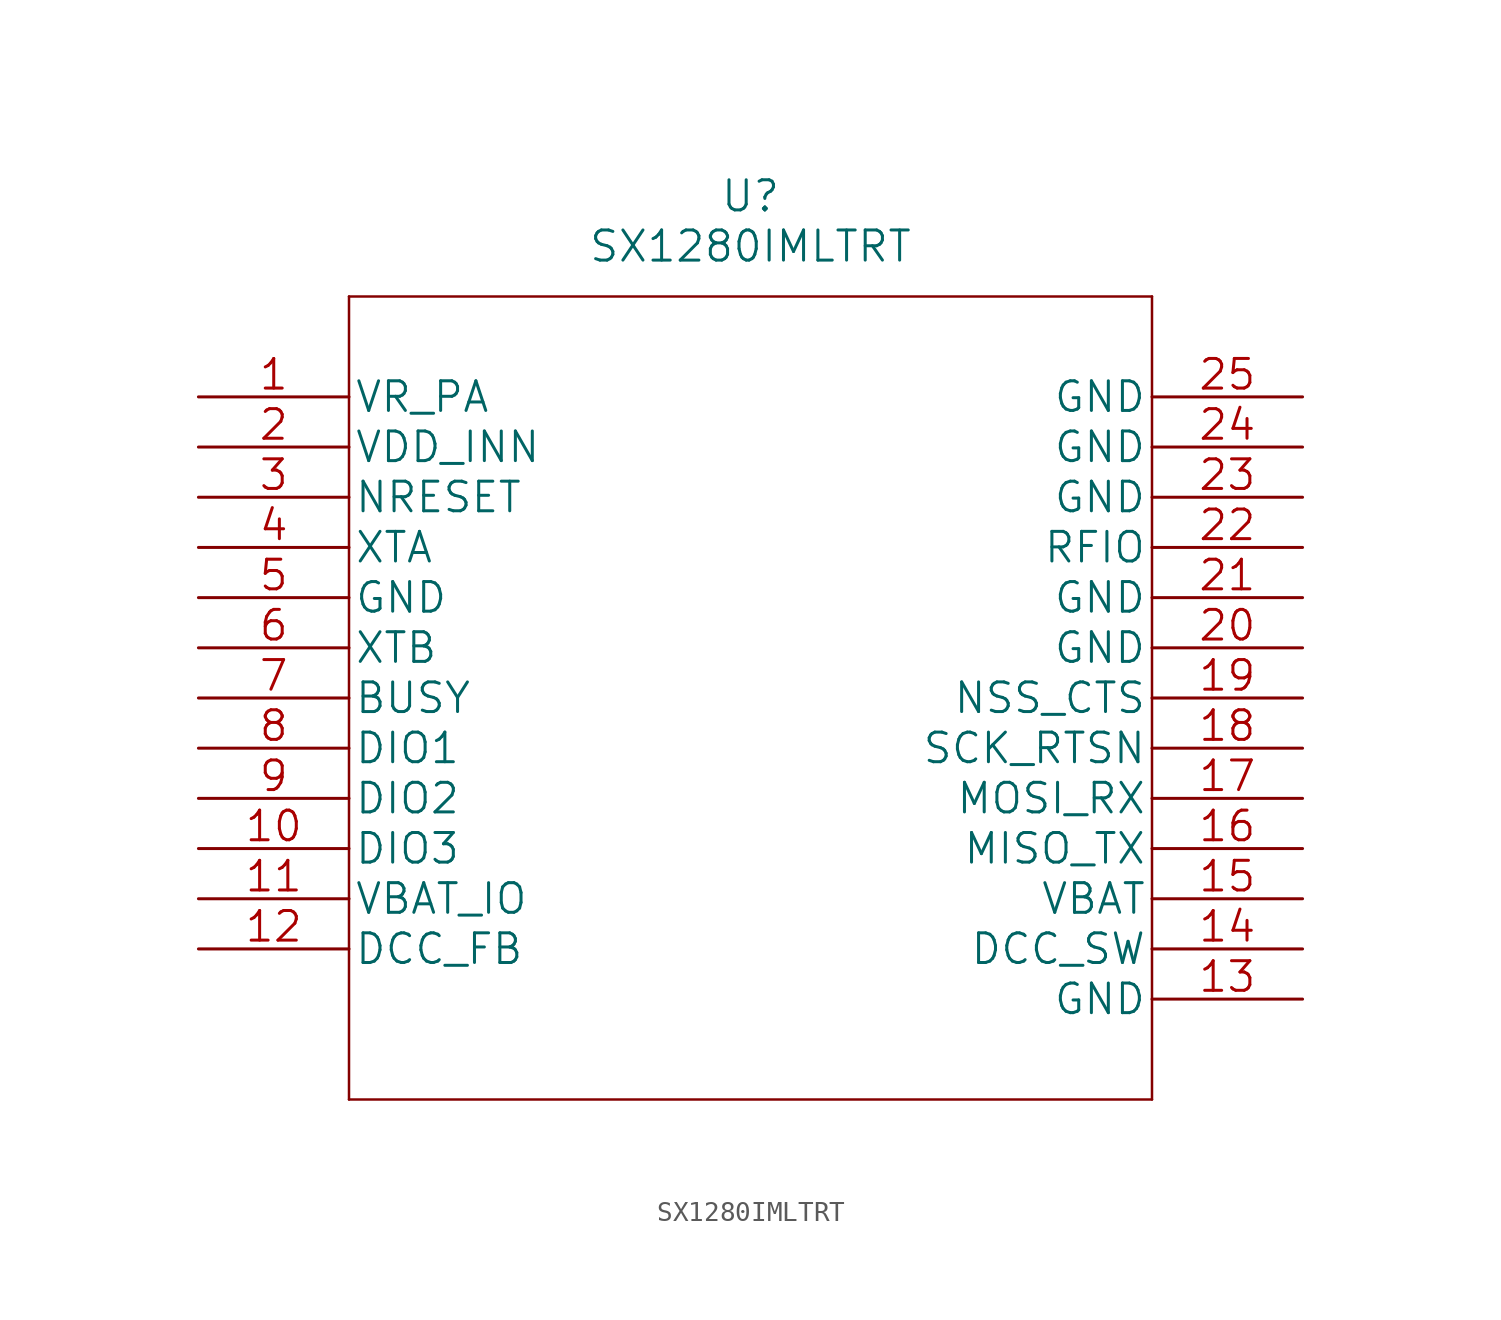
<source format=kicad_sym>
(kicad_symbol_lib
  (version 20211014)
  (generator kicad_symbol_editor)
  (symbol "SX1280IMLTRT"
    (pin_names
      (offset 0.254))
    (property "Reference" "U"
      (at 27.94 10.16 0)
      (effects (font (size 1.524 1.524))))
    (property "Value" "SX1280IMLTRT"
      (at 27.94 7.62 0)
      (effects (font (size 1.524 1.524))))
    (property "Datasheet" ""
      (at 0 0 0)
      (effects (font (size 1.524 1.524))))
    (property "ki_locked" ""
      (at 0 0 0)
      (effects (font (size 1.27 1.27))))
    (symbol "SX1280IMLTRT_1_1"
      (polyline (pts (xy 7.62 -35.56) (xy 48.26 -35.56)) (stroke (width 0.127) (type default) (color 0 0 0 0)) (fill (type none)))
      (polyline (pts (xy 7.62 5.08) (xy 7.62 -35.56)) (stroke (width 0.127) (type default) (color 0 0 0 0)) (fill (type none)))
      (polyline (pts (xy 48.26 -35.56) (xy 48.26 5.08)) (stroke (width 0.127) (type default) (color 0 0 0 0)) (fill (type none)))
      (polyline (pts (xy 48.26 5.08) (xy 7.62 5.08)) (stroke (width 0.127) (type default) (color 0 0 0 0)) (fill (type none)))
      (pin bidirectional line (at 0 0 0) (length 7.62) (name "VR_PA" (effects (font (size 1.499 1.499)))) (number "1" (effects (font (size 1.499 1.499)))))
      (pin bidirectional line (at 0 -22.86 0) (length 7.62) (name "DIO3" (effects (font (size 1.499 1.499)))) (number "10" (effects (font (size 1.499 1.499)))))
      (pin power_in line (at 0 -25.4 0) (length 7.62) (name "VBAT_IO" (effects (font (size 1.499 1.499)))) (number "11" (effects (font (size 1.499 1.499)))))
      (pin output line (at 0 -27.94 0) (length 7.62) (name "DCC_FB" (effects (font (size 1.499 1.499)))) (number "12" (effects (font (size 1.499 1.499)))))
      (pin power_in line (at 55.88 -30.48 180) (length 7.62) (name "GND" (effects (font (size 1.499 1.499)))) (number "13" (effects (font (size 1.499 1.499)))))
      (pin output line (at 55.88 -27.94 180) (length 7.62) (name "DCC_SW" (effects (font (size 1.499 1.499)))) (number "14" (effects (font (size 1.499 1.499)))))
      (pin power_in line (at 55.88 -25.4 180) (length 7.62) (name "VBAT" (effects (font (size 1.499 1.499)))) (number "15" (effects (font (size 1.499 1.499)))))
      (pin output line (at 55.88 -22.86 180) (length 7.62) (name "MISO_TX" (effects (font (size 1.499 1.499)))) (number "16" (effects (font (size 1.499 1.499)))))
      (pin input line (at 55.88 -20.32 180) (length 7.62) (name "MOSI_RX" (effects (font (size 1.499 1.499)))) (number "17" (effects (font (size 1.499 1.499)))))
      (pin input line (at 55.88 -17.78 180) (length 7.62) (name "SCK_RTSN" (effects (font (size 1.499 1.499)))) (number "18" (effects (font (size 1.499 1.499)))))
      (pin input line (at 55.88 -15.24 180) (length 7.62) (name "NSS_CTS" (effects (font (size 1.499 1.499)))) (number "19" (effects (font (size 1.499 1.499)))))
      (pin bidirectional line (at 0 -2.54 0) (length 7.62) (name "VDD_INN" (effects (font (size 1.499 1.499)))) (number "2" (effects (font (size 1.499 1.499)))))
      (pin power_in line (at 55.88 -12.7 180) (length 7.62) (name "GND" (effects (font (size 1.499 1.499)))) (number "20" (effects (font (size 1.499 1.499)))))
      (pin power_in line (at 55.88 -10.16 180) (length 7.62) (name "GND" (effects (font (size 1.499 1.499)))) (number "21" (effects (font (size 1.499 1.499)))))
      (pin bidirectional line (at 55.88 -7.62 180) (length 7.62) (name "RFIO" (effects (font (size 1.499 1.499)))) (number "22" (effects (font (size 1.499 1.499)))))
      (pin power_in line (at 55.88 -5.08 180) (length 7.62) (name "GND" (effects (font (size 1.499 1.499)))) (number "23" (effects (font (size 1.499 1.499)))))
      (pin power_in line (at 55.88 -2.54 180) (length 7.62) (name "GND" (effects (font (size 1.499 1.499)))) (number "24" (effects (font (size 1.499 1.499)))))
      (pin power_in line (at 55.88 0 180) (length 7.62) (name "GND" (effects (font (size 1.499 1.499)))) (number "25" (effects (font (size 1.499 1.499)))))
      (pin input line (at 0 -5.08 0) (length 7.62) (name "NRESET" (effects (font (size 1.499 1.499)))) (number "3" (effects (font (size 1.499 1.499)))))
      (pin bidirectional line (at 0 -7.62 0) (length 7.62) (name "XTA" (effects (font (size 1.499 1.499)))) (number "4" (effects (font (size 1.499 1.499)))))
      (pin power_in line (at 0 -10.16 0) (length 7.62) (name "GND" (effects (font (size 1.499 1.499)))) (number "5" (effects (font (size 1.499 1.499)))))
      (pin bidirectional line (at 0 -12.7 0) (length 7.62) (name "XTB" (effects (font (size 1.499 1.499)))) (number "6" (effects (font (size 1.499 1.499)))))
      (pin output line (at 0 -15.24 0) (length 7.62) (name "BUSY" (effects (font (size 1.499 1.499)))) (number "7" (effects (font (size 1.499 1.499)))))
      (pin bidirectional line (at 0 -17.78 0) (length 7.62) (name "DIO1" (effects (font (size 1.499 1.499)))) (number "8" (effects (font (size 1.499 1.499)))))
      (pin bidirectional line (at 0 -20.32 0) (length 7.62) (name "DIO2" (effects (font (size 1.499 1.499)))) (number "9" (effects (font (size 1.499 1.499))))))))
</source>
